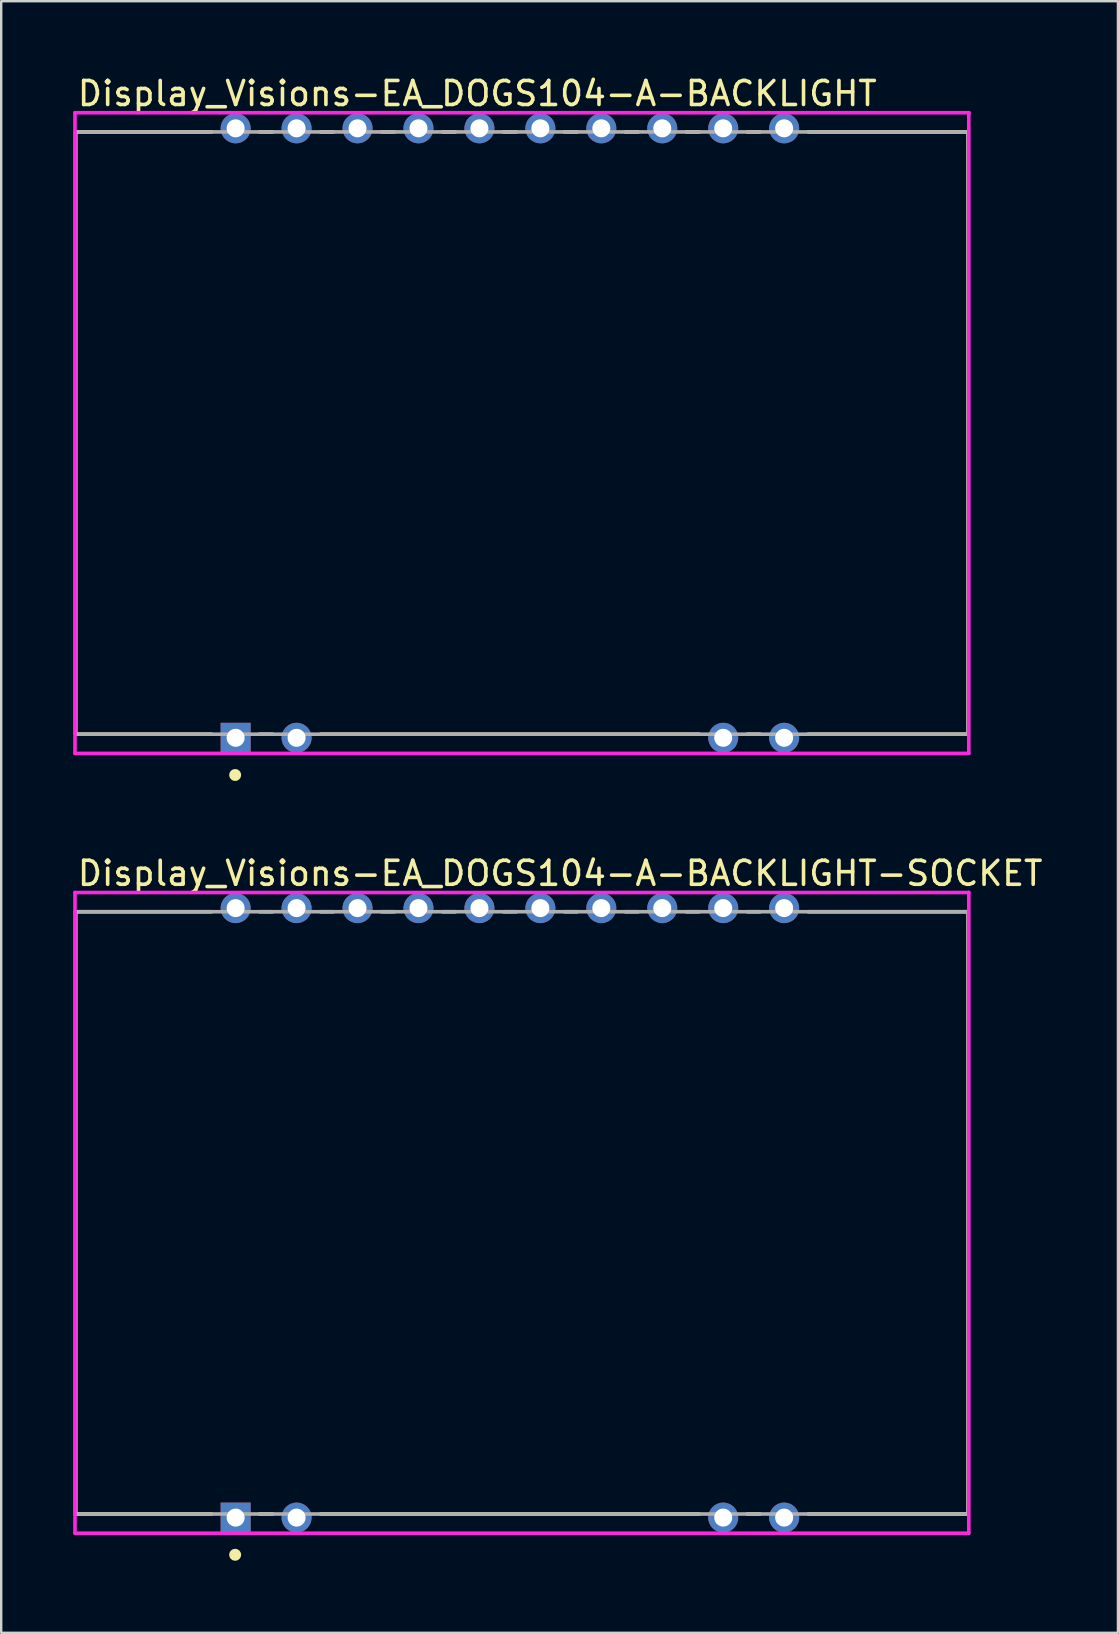
<source format=kicad_pcb>
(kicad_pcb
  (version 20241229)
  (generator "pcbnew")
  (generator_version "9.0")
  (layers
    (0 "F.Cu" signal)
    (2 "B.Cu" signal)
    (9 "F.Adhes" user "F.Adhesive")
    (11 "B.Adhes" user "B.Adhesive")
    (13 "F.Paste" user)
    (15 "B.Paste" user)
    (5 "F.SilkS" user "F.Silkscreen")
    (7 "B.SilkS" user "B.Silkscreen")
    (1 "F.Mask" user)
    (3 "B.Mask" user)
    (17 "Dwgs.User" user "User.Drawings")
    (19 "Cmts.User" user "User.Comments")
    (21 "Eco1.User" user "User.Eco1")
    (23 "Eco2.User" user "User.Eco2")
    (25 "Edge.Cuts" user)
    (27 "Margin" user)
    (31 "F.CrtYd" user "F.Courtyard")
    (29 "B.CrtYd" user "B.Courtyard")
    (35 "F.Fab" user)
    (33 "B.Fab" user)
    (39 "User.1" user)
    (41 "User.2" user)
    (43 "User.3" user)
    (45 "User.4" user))
  (footprint "Display_Visions-EA_DOGS104-A-BACKLIGHT-SOCKET"
    (layer "F.Cu")
    (at 18.7 47.496)
    (property "Reference" "Display_Visions-EA_DOGS104-A-BACKLIGHT-SOCKET" (at -18.6 -14.15 0) (layer "F.SilkS") (effects (font (size 1 1) (thickness 0.15)) (justify left)))
    (attr through_hole)
    (fp_line (start -18.6 -12.55) (end -12.93 -12.55) (stroke (width 0.15) (type solid)) (layer "F.SilkS"))
    (fp_line (start -18.6 12.55) (end -18.6 -12.55) (stroke (width 0.15) (type solid)) (layer "F.SilkS"))
    (fp_line (start -18.6 12.55) (end -12.93 12.55) (stroke (width 0.15) (type solid)) (layer "F.SilkS"))
    (fp_line (start -10.93 -12.55) (end -10.39 -12.55) (stroke (width 0.15) (type solid)) (layer "F.SilkS"))
    (fp_line (start -10.93 12.55) (end -10.39 12.55) (stroke (width 0.15) (type solid)) (layer "F.SilkS"))
    (fp_line (start -8.39 -12.55) (end -7.85 -12.55) (stroke (width 0.15) (type solid)) (layer "F.SilkS"))
    (fp_line (start -8.39 12.55) (end 7.39 12.55) (stroke (width 0.15) (type solid)) (layer "F.SilkS"))
    (fp_line (start -5.85 -12.55) (end -5.31 -12.55) (stroke (width 0.15) (type solid)) (layer "F.SilkS"))
    (fp_line (start -3.31 -12.55) (end -2.77 -12.55) (stroke (width 0.15) (type solid)) (layer "F.SilkS"))
    (fp_line (start -0.77 -12.55) (end -0.23 -12.55) (stroke (width 0.15) (type solid)) (layer "F.SilkS"))
    (fp_line (start 1.77 -12.55) (end 2.31 -12.55) (stroke (width 0.15) (type solid)) (layer "F.SilkS"))
    (fp_line (start 4.31 -12.55) (end 4.85 -12.55) (stroke (width 0.15) (type solid)) (layer "F.SilkS"))
    (fp_line (start 6.85 -12.55) (end 7.39 -12.55) (stroke (width 0.15) (type solid)) (layer "F.SilkS"))
    (fp_line (start 9.39 -12.55) (end 9.93 -12.55) (stroke (width 0.15) (type solid)) (layer "F.SilkS"))
    (fp_line (start 9.39 12.55) (end 9.93 12.55) (stroke (width 0.15) (type solid)) (layer "F.SilkS"))
    (fp_line (start 11.93 -12.55) (end 18.6 -12.55) (stroke (width 0.15) (type solid)) (layer "F.SilkS"))
    (fp_line (start 11.93 12.55) (end 18.6 12.55) (stroke (width 0.15) (type solid)) (layer "F.SilkS"))
    (fp_line (start 18.6 12.55) (end 18.6 -12.55) (stroke (width 0.15) (type solid)) (layer "F.SilkS"))
    (fp_circle (center -11.95 14.25) (end -11.825 14.25) (stroke (width 0.25) (type solid)) (fill no) (layer "F.SilkS"))
    (fp_line (start -18.625 -13.35) (end -18.625 13.35) (stroke (width 0.15) (type solid)) (layer "F.CrtYd"))
    (fp_line (start -18.625 13.35) (end 18.625 13.35) (stroke (width 0.15) (type solid)) (layer "F.CrtYd"))
    (fp_line (start 18.625 -13.35) (end -18.625 -13.35) (stroke (width 0.15) (type solid)) (layer "F.CrtYd"))
    (fp_line (start 18.625 -13.35) (end 18.625 -13.35) (stroke (width 0.15) (type solid)) (layer "F.CrtYd"))
    (fp_line (start 18.625 13.35) (end 18.625 -13.35) (stroke (width 0.15) (type solid)) (layer "F.CrtYd"))
    (fp_line (start -18.6 -12.55) (end 18.6 -12.55) (stroke (width 0.15) (type solid)) (layer "F.Fab"))
    (fp_line (start -18.6 12.55) (end -18.6 -12.55) (stroke (width 0.15) (type solid)) (layer "F.Fab"))
    (fp_line (start 18.6 -12.55) (end 18.6 12.55) (stroke (width 0.15) (type solid)) (layer "F.Fab"))
    (fp_line (start 18.6 12.55) (end -18.6 12.55) (stroke (width 0.15) (type solid)) (layer "F.Fab"))
    (pad "1" thru_hole rect (at -11.93 12.7) (size 1.25 1.25) (drill 0.75) (layers "*.Cu" "*.Mask"))
    (pad "2" thru_hole circle (at -9.39 12.7) (size 1.25 1.25) (drill 0.75) (layers "*.Cu" "*.Mask"))
    (pad "9" thru_hole circle (at 8.39 12.7) (size 1.25 1.25) (drill 0.75) (layers "*.Cu" "*.Mask"))
    (pad "10" thru_hole circle (at 10.93 12.7) (size 1.25 1.25) (drill 0.75) (layers "*.Cu" "*.Mask"))
    (pad "11" thru_hole circle (at 10.93 -12.7) (size 1.25 1.25) (drill 0.75) (layers "*.Cu" "*.Mask"))
    (pad "12" thru_hole circle (at 8.39 -12.7) (size 1.25 1.25) (drill 0.75) (layers "*.Cu" "*.Mask"))
    (pad "13" thru_hole circle (at 5.85 -12.7) (size 1.25 1.25) (drill 0.75) (layers "*.Cu" "*.Mask"))
    (pad "14" thru_hole circle (at 3.31 -12.7) (size 1.25 1.25) (drill 0.75) (layers "*.Cu" "*.Mask"))
    (pad "15" thru_hole circle (at 0.77 -12.7) (size 1.25 1.25) (drill 0.75) (layers "*.Cu" "*.Mask"))
    (pad "16" thru_hole circle (at -1.77 -12.7) (size 1.25 1.25) (drill 0.75) (layers "*.Cu" "*.Mask"))
    (pad "17" thru_hole circle (at -4.31 -12.7) (size 1.25 1.25) (drill 0.75) (layers "*.Cu" "*.Mask"))
    (pad "18" thru_hole circle (at -6.85 -12.7) (size 1.25 1.25) (drill 0.75) (layers "*.Cu" "*.Mask"))
    (pad "19" thru_hole circle (at -9.39 -12.7) (size 1.25 1.25) (drill 0.75) (layers "*.Cu" "*.Mask"))
    (pad "20" thru_hole circle (at -11.93 -12.7) (size 1.25 1.25) (drill 0.75) (layers "*.Cu" "*.Mask")))
  (footprint "Display_Visions-EA_DOGS104-A-BACKLIGHT"
    (layer "F.Cu")
    (at 18.7 14.998)
    (property "Reference" "Display_Visions-EA_DOGS104-A-BACKLIGHT" (at -18.6 -14.15 0) (layer "F.SilkS") (effects (font (size 1 1) (thickness 0.15)) (justify left)))
    (attr through_hole)
    (fp_line (start -18.6 -12.55) (end -12.93 -12.55) (stroke (width 0.15) (type solid)) (layer "F.SilkS"))
    (fp_line (start -18.6 12.55) (end -18.6 -12.55) (stroke (width 0.15) (type solid)) (layer "F.SilkS"))
    (fp_line (start -18.6 12.55) (end -12.93 12.55) (stroke (width 0.15) (type solid)) (layer "F.SilkS"))
    (fp_line (start -10.93 -12.55) (end -10.39 -12.55) (stroke (width 0.15) (type solid)) (layer "F.SilkS"))
    (fp_line (start -10.93 12.55) (end -10.39 12.55) (stroke (width 0.15) (type solid)) (layer "F.SilkS"))
    (fp_line (start -8.39 -12.55) (end -7.85 -12.55) (stroke (width 0.15) (type solid)) (layer "F.SilkS"))
    (fp_line (start -8.39 12.55) (end 7.39 12.55) (stroke (width 0.15) (type solid)) (layer "F.SilkS"))
    (fp_line (start -5.85 -12.55) (end -5.31 -12.55) (stroke (width 0.15) (type solid)) (layer "F.SilkS"))
    (fp_line (start -3.31 -12.55) (end -2.77 -12.55) (stroke (width 0.15) (type solid)) (layer "F.SilkS"))
    (fp_line (start -0.77 -12.55) (end -0.23 -12.55) (stroke (width 0.15) (type solid)) (layer "F.SilkS"))
    (fp_line (start 1.77 -12.55) (end 2.31 -12.55) (stroke (width 0.15) (type solid)) (layer "F.SilkS"))
    (fp_line (start 4.31 -12.55) (end 4.85 -12.55) (stroke (width 0.15) (type solid)) (layer "F.SilkS"))
    (fp_line (start 6.85 -12.55) (end 7.39 -12.55) (stroke (width 0.15) (type solid)) (layer "F.SilkS"))
    (fp_line (start 9.39 -12.55) (end 9.93 -12.55) (stroke (width 0.15) (type solid)) (layer "F.SilkS"))
    (fp_line (start 9.39 12.55) (end 9.93 12.55) (stroke (width 0.15) (type solid)) (layer "F.SilkS"))
    (fp_line (start 11.93 -12.55) (end 18.6 -12.55) (stroke (width 0.15) (type solid)) (layer "F.SilkS"))
    (fp_line (start 11.93 12.55) (end 18.6 12.55) (stroke (width 0.15) (type solid)) (layer "F.SilkS"))
    (fp_line (start 18.6 12.55) (end 18.6 -12.55) (stroke (width 0.15) (type solid)) (layer "F.SilkS"))
    (fp_circle (center -11.95 14.25) (end -11.825 14.25) (stroke (width 0.25) (type solid)) (fill no) (layer "F.SilkS"))
    (fp_line (start -18.625 -13.35) (end -18.625 13.35) (stroke (width 0.15) (type solid)) (layer "F.CrtYd"))
    (fp_line (start -18.625 13.35) (end 18.625 13.35) (stroke (width 0.15) (type solid)) (layer "F.CrtYd"))
    (fp_line (start 18.625 -13.35) (end -18.625 -13.35) (stroke (width 0.15) (type solid)) (layer "F.CrtYd"))
    (fp_line (start 18.625 -13.35) (end 18.625 -13.35) (stroke (width 0.15) (type solid)) (layer "F.CrtYd"))
    (fp_line (start 18.625 13.35) (end 18.625 -13.35) (stroke (width 0.15) (type solid)) (layer "F.CrtYd"))
    (fp_line (start -18.6 -12.55) (end 18.6 -12.55) (stroke (width 0.15) (type solid)) (layer "F.Fab"))
    (fp_line (start -18.6 12.55) (end -18.6 -12.55) (stroke (width 0.15) (type solid)) (layer "F.Fab"))
    (fp_line (start 18.6 -12.55) (end 18.6 12.55) (stroke (width 0.15) (type solid)) (layer "F.Fab"))
    (fp_line (start 18.6 12.55) (end -18.6 12.55) (stroke (width 0.15) (type solid)) (layer "F.Fab"))
    (pad "1" thru_hole rect (at -11.93 12.7) (size 1.25 1.25) (drill 0.75) (layers "*.Cu" "*.Mask"))
    (pad "2" thru_hole circle (at -9.39 12.7) (size 1.25 1.25) (drill 0.75) (layers "*.Cu" "*.Mask"))
    (pad "9" thru_hole circle (at 8.39 12.7) (size 1.25 1.25) (drill 0.75) (layers "*.Cu" "*.Mask"))
    (pad "10" thru_hole circle (at 10.93 12.7) (size 1.25 1.25) (drill 0.75) (layers "*.Cu" "*.Mask"))
    (pad "11" thru_hole circle (at 10.93 -12.7) (size 1.25 1.25) (drill 0.75) (layers "*.Cu" "*.Mask"))
    (pad "12" thru_hole circle (at 8.39 -12.7) (size 1.25 1.25) (drill 0.75) (layers "*.Cu" "*.Mask"))
    (pad "13" thru_hole circle (at 5.85 -12.7) (size 1.25 1.25) (drill 0.75) (layers "*.Cu" "*.Mask"))
    (pad "14" thru_hole circle (at 3.31 -12.7) (size 1.25 1.25) (drill 0.75) (layers "*.Cu" "*.Mask"))
    (pad "15" thru_hole circle (at 0.77 -12.7) (size 1.25 1.25) (drill 0.75) (layers "*.Cu" "*.Mask"))
    (pad "16" thru_hole circle (at -1.77 -12.7) (size 1.25 1.25) (drill 0.75) (layers "*.Cu" "*.Mask"))
    (pad "17" thru_hole circle (at -4.31 -12.7) (size 1.25 1.25) (drill 0.75) (layers "*.Cu" "*.Mask"))
    (pad "18" thru_hole circle (at -6.85 -12.7) (size 1.25 1.25) (drill 0.75) (layers "*.Cu" "*.Mask"))
    (pad "19" thru_hole circle (at -9.39 -12.7) (size 1.25 1.25) (drill 0.75) (layers "*.Cu" "*.Mask"))
    (pad "20" thru_hole circle (at -11.93 -12.7) (size 1.25 1.25) (drill 0.75) (layers "*.Cu" "*.Mask")))
  (gr_rect
    (start -3 -3)
    (end 43.54 64.996)
    (stroke (width 0.1) (type default))
    (fill no)
    (layer "Edge.Cuts")))
</source>
